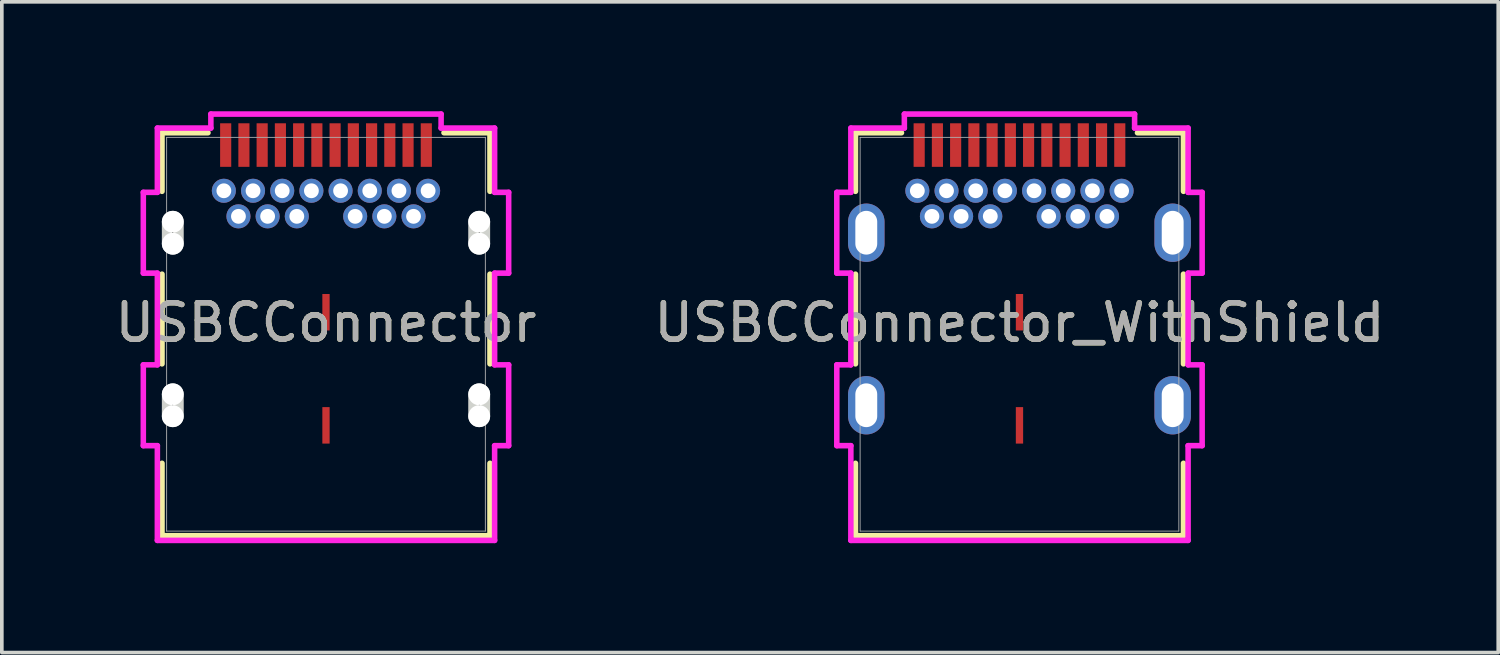
<source format=kicad_pcb>
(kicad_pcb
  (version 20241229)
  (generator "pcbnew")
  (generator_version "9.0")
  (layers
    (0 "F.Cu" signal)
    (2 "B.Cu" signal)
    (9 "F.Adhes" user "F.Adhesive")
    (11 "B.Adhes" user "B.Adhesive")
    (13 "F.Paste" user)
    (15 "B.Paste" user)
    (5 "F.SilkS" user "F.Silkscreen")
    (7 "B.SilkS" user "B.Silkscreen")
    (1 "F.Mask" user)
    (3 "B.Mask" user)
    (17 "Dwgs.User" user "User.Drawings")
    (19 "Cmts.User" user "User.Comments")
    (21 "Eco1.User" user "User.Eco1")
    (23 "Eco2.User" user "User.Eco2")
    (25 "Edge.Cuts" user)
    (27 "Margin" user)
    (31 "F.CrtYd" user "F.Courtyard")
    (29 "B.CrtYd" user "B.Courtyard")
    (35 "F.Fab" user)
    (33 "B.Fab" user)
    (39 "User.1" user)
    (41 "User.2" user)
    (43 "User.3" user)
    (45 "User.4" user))
  (footprint "USBCConnector_WithShield"
    (layer "F.Cu")
    (at 24.899 6.113)
    (property "Reference" "USBCConnector_WithShield" (at 0 -0.318 0) (unlocked yes) (layer "F.SilkS") (effects (font (size 1 1) (thickness 0.15))))
    (fp_line (start -4.496 -5.524) (end -4.496 -3.918) (stroke (width 0.152) (type solid)) (layer "F.SilkS"))
    (fp_line (start -4.496 -1.647) (end -4.496 0.812) (stroke (width 0.152) (type solid)) (layer "F.SilkS"))
    (fp_line (start -4.496 3.538) (end -4.496 5.524) (stroke (width 0.152) (type solid)) (layer "F.SilkS"))
    (fp_line (start -4.496 5.524) (end 4.496 5.524) (stroke (width 0.152) (type solid)) (layer "F.SilkS"))
    (fp_line (start -3.235 -5.524) (end -4.496 -5.524) (stroke (width 0.152) (type solid)) (layer "F.SilkS"))
    (fp_line (start 4.496 -5.524) (end 3.235 -5.524) (stroke (width 0.152) (type solid)) (layer "F.SilkS"))
    (fp_line (start 4.496 -3.918) (end 4.496 -5.524) (stroke (width 0.152) (type solid)) (layer "F.SilkS"))
    (fp_line (start 4.496 0.812) (end 4.496 -1.647) (stroke (width 0.152) (type solid)) (layer "F.SilkS"))
    (fp_line (start 4.496 5.524) (end 4.496 3.538) (stroke (width 0.152) (type solid)) (layer "F.SilkS"))
    (fp_line (start -5.008 -3.89) (end -5.008 -1.675) (stroke (width 0.152) (type solid)) (layer "F.CrtYd"))
    (fp_line (start -5.008 -1.675) (end -4.623 -1.675) (stroke (width 0.152) (type solid)) (layer "F.CrtYd"))
    (fp_line (start -5.008 0.839) (end -5.008 3.055) (stroke (width 0.152) (type solid)) (layer "F.CrtYd"))
    (fp_line (start -5.008 3.055) (end -4.623 3.055) (stroke (width 0.152) (type solid)) (layer "F.CrtYd"))
    (fp_line (start -4.623 -5.652) (end -4.623 -3.89) (stroke (width 0.152) (type solid)) (layer "F.CrtYd"))
    (fp_line (start -4.623 -3.89) (end -5.008 -3.89) (stroke (width 0.152) (type solid)) (layer "F.CrtYd"))
    (fp_line (start -4.623 -1.675) (end -4.623 0.839) (stroke (width 0.152) (type solid)) (layer "F.CrtYd"))
    (fp_line (start -4.623 0.839) (end -5.008 0.839) (stroke (width 0.152) (type solid)) (layer "F.CrtYd"))
    (fp_line (start -4.623 3.055) (end -4.623 5.652) (stroke (width 0.152) (type solid)) (layer "F.CrtYd"))
    (fp_line (start -4.623 5.652) (end 4.623 5.652) (stroke (width 0.152) (type solid)) (layer "F.CrtYd"))
    (fp_line (start -3.156 -6.036) (end -3.156 -5.652) (stroke (width 0.152) (type solid)) (layer "F.CrtYd"))
    (fp_line (start -3.156 -5.652) (end -4.623 -5.652) (stroke (width 0.152) (type solid)) (layer "F.CrtYd"))
    (fp_line (start 3.156 -6.036) (end -3.156 -6.036) (stroke (width 0.152) (type solid)) (layer "F.CrtYd"))
    (fp_line (start 3.156 -5.652) (end 3.156 -6.036) (stroke (width 0.152) (type solid)) (layer "F.CrtYd"))
    (fp_line (start 4.623 -5.652) (end 3.156 -5.652) (stroke (width 0.152) (type solid)) (layer "F.CrtYd"))
    (fp_line (start 4.623 -3.89) (end 4.623 -5.652) (stroke (width 0.152) (type solid)) (layer "F.CrtYd"))
    (fp_line (start 4.623 -1.675) (end 5.008 -1.675) (stroke (width 0.152) (type solid)) (layer "F.CrtYd"))
    (fp_line (start 4.623 0.839) (end 4.623 -1.675) (stroke (width 0.152) (type solid)) (layer "F.CrtYd"))
    (fp_line (start 4.623 3.055) (end 5.008 3.055) (stroke (width 0.152) (type solid)) (layer "F.CrtYd"))
    (fp_line (start 4.623 5.652) (end 4.623 3.055) (stroke (width 0.152) (type solid)) (layer "F.CrtYd"))
    (fp_line (start 5.008 -3.89) (end 4.623 -3.89) (stroke (width 0.152) (type solid)) (layer "F.CrtYd"))
    (fp_line (start 5.008 -1.675) (end 5.008 -3.89) (stroke (width 0.152) (type solid)) (layer "F.CrtYd"))
    (fp_line (start 5.008 0.839) (end 4.623 0.839) (stroke (width 0.152) (type solid)) (layer "F.CrtYd"))
    (fp_line (start 5.008 3.055) (end 5.008 0.839) (stroke (width 0.152) (type solid)) (layer "F.CrtYd"))
    (fp_line (start -4.369 -5.397) (end -4.369 5.397) (stroke (width 0.025) (type solid)) (layer "F.Fab"))
    (fp_line (start -4.369 5.397) (end 4.369 5.397) (stroke (width 0.025) (type solid)) (layer "F.Fab"))
    (fp_line (start 4.369 -5.397) (end -4.369 -5.397) (stroke (width 0.025) (type solid)) (layer "F.Fab"))
    (fp_line (start 4.369 5.397) (end 4.369 -5.397) (stroke (width 0.025) (type solid)) (layer "F.Fab"))
    (fp_text user "${REFERENCE}" (at 0 -0.318 0) (unlocked yes) (layer "F.Fab") (effects (font (size 1 1) (thickness 0.15))))
    (pad "25" thru_hole circle (at 2 -3.933) (size 0.66 0.66) (drill 0.406) (layers "*.Cu" "*.Mask"))
    (pad "26" thru_hole circle (at -2 -3.933) (size 0.66 0.66) (drill 0.406) (layers "*.Cu" "*.Mask"))
    (pad "27" thru_hole oval (at -4.2 -2.783) (size 1 1.6) (drill oval 0.6 1.2) (layers "*.Cu" "*.Mask"))
    (pad "28" thru_hole oval (at 4.2 -2.783) (size 1 1.6) (drill oval 0.6 1.2) (layers "*.Cu" "*.Mask"))
    (pad "29" thru_hole oval (at -4.2 1.947) (size 1 1.6) (drill oval 0.6 1.2) (layers "*.Cu" "*.Mask"))
    (pad "30" thru_hole oval (at 4.2 1.947) (size 1 1.6) (drill oval 0.6 1.2) (layers "*.Cu" "*.Mask"))
    (pad "31" smd rect (at 0 -0.603) (size 0.2 1) (layers "F.Cu" "F.Mask" "F.Paste"))
    (pad "32" smd rect (at 0 2.498) (size 0.2 1) (layers "F.Cu" "F.Mask" "F.Paste"))
    (pad "A1" smd rect (at -2.75 -5.186) (size 0.305 1.194) (layers "F.Cu" "F.Mask" "F.Paste"))
    (pad "A2" smd rect (at -2.25 -5.186) (size 0.305 1.194) (layers "F.Cu" "F.Mask" "F.Paste"))
    (pad "A3" smd rect (at -1.75 -5.186) (size 0.305 1.194) (layers "F.Cu" "F.Mask" "F.Paste"))
    (pad "A4" smd rect (at -1.25 -5.186) (size 0.305 1.194) (layers "F.Cu" "F.Mask" "F.Paste"))
    (pad "A5" smd rect (at -0.75 -5.186) (size 0.305 1.194) (layers "F.Cu" "F.Mask" "F.Paste"))
    (pad "A6" smd rect (at -0.25 -5.186) (size 0.305 1.194) (layers "F.Cu" "F.Mask" "F.Paste"))
    (pad "A7" smd rect (at 0.25 -5.186) (size 0.305 1.194) (layers "F.Cu" "F.Mask" "F.Paste"))
    (pad "A8" smd rect (at 0.75 -5.186) (size 0.305 1.194) (layers "F.Cu" "F.Mask" "F.Paste"))
    (pad "A9" smd rect (at 1.25 -5.186) (size 0.305 1.194) (layers "F.Cu" "F.Mask" "F.Paste"))
    (pad "A10" smd rect (at 1.75 -5.186) (size 0.305 1.194) (layers "F.Cu" "F.Mask" "F.Paste"))
    (pad "A11" smd rect (at 2.25 -5.186) (size 0.305 1.194) (layers "F.Cu" "F.Mask" "F.Paste"))
    (pad "A12" smd rect (at 2.75 -5.186) (size 0.305 1.194) (layers "F.Cu" "F.Mask" "F.Paste"))
    (pad "B1" thru_hole circle (at 2.8 -3.933) (size 0.66 0.66) (drill 0.406) (layers "*.Cu" "*.Mask"))
    (pad "B2" thru_hole circle (at 2.4 -3.232) (size 0.66 0.66) (drill 0.406) (layers "*.Cu" "*.Mask"))
    (pad "B3" thru_hole circle (at 1.6 -3.232) (size 0.66 0.66) (drill 0.406) (layers "*.Cu" "*.Mask"))
    (pad "B4" thru_hole circle (at 1.2 -3.933) (size 0.66 0.66) (drill 0.406) (layers "*.Cu" "*.Mask"))
    (pad "B5" thru_hole circle (at 0.8 -3.232) (size 0.66 0.66) (drill 0.406) (layers "*.Cu" "*.Mask"))
    (pad "B6" thru_hole circle (at 0.4 -3.933) (size 0.66 0.66) (drill 0.406) (layers "*.Cu" "*.Mask"))
    (pad "B7" thru_hole circle (at -0.4 -3.933) (size 0.66 0.66) (drill 0.406) (layers "*.Cu" "*.Mask"))
    (pad "B8" thru_hole circle (at -0.8 -3.232) (size 0.66 0.66) (drill 0.406) (layers "*.Cu" "*.Mask"))
    (pad "B9" thru_hole circle (at -1.2 -3.933) (size 0.66 0.66) (drill 0.406) (layers "*.Cu" "*.Mask"))
    (pad "B10" thru_hole circle (at -1.6 -3.232) (size 0.66 0.66) (drill 0.406) (layers "*.Cu" "*.Mask"))
    (pad "B11" thru_hole circle (at -2.4 -3.232) (size 0.66 0.66) (drill 0.406) (layers "*.Cu" "*.Mask"))
    (pad "B12" thru_hole circle (at -2.8 -3.933) (size 0.66 0.66) (drill 0.406) (layers "*.Cu" "*.Mask")))
  (footprint "USBCConnector"
    (layer "F.Cu")
    (at 5.887 6.113)
    (property "Reference" "USBCConnector" (at 0 -0.318 0) (unlocked yes) (layer "F.SilkS") (effects (font (size 1 1) (thickness 0.15))))
    (fp_line (start -4.496 -5.524) (end -4.496 -3.918) (stroke (width 0.152) (type solid)) (layer "F.SilkS"))
    (fp_line (start -4.496 -1.647) (end -4.496 0.812) (stroke (width 0.152) (type solid)) (layer "F.SilkS"))
    (fp_line (start -4.496 3.538) (end -4.496 5.524) (stroke (width 0.152) (type solid)) (layer "F.SilkS"))
    (fp_line (start -4.496 5.524) (end 4.496 5.524) (stroke (width 0.152) (type solid)) (layer "F.SilkS"))
    (fp_line (start -3.235 -5.524) (end -4.496 -5.524) (stroke (width 0.152) (type solid)) (layer "F.SilkS"))
    (fp_line (start 4.496 -5.524) (end 3.235 -5.524) (stroke (width 0.152) (type solid)) (layer "F.SilkS"))
    (fp_line (start 4.496 -3.918) (end 4.496 -5.524) (stroke (width 0.152) (type solid)) (layer "F.SilkS"))
    (fp_line (start 4.496 0.812) (end 4.496 -1.647) (stroke (width 0.152) (type solid)) (layer "F.SilkS"))
    (fp_line (start 4.496 5.524) (end 4.496 3.538) (stroke (width 0.152) (type solid)) (layer "F.SilkS"))
    (fp_line (start -4.2 -2.482) (end -4.2 -3.083) (stroke (width 0.6) (type solid)) (layer "Edge.Cuts"))
    (fp_line (start -4.2 2.247) (end -4.2 1.647) (stroke (width 0.6) (type solid)) (layer "Edge.Cuts"))
    (fp_line (start 4.2 -2.482) (end 4.2 -3.083) (stroke (width 0.6) (type solid)) (layer "Edge.Cuts"))
    (fp_line (start 4.2 2.247) (end 4.2 1.647) (stroke (width 0.6) (type solid)) (layer "Edge.Cuts"))
    (fp_line (start -5.008 -3.89) (end -5.008 -1.675) (stroke (width 0.152) (type solid)) (layer "F.CrtYd"))
    (fp_line (start -5.008 -1.675) (end -4.623 -1.675) (stroke (width 0.152) (type solid)) (layer "F.CrtYd"))
    (fp_line (start -5.008 0.839) (end -5.008 3.055) (stroke (width 0.152) (type solid)) (layer "F.CrtYd"))
    (fp_line (start -5.008 3.055) (end -4.623 3.055) (stroke (width 0.152) (type solid)) (layer "F.CrtYd"))
    (fp_line (start -4.623 -5.652) (end -4.623 -3.89) (stroke (width 0.152) (type solid)) (layer "F.CrtYd"))
    (fp_line (start -4.623 -3.89) (end -5.008 -3.89) (stroke (width 0.152) (type solid)) (layer "F.CrtYd"))
    (fp_line (start -4.623 -1.675) (end -4.623 0.839) (stroke (width 0.152) (type solid)) (layer "F.CrtYd"))
    (fp_line (start -4.623 0.839) (end -5.008 0.839) (stroke (width 0.152) (type solid)) (layer "F.CrtYd"))
    (fp_line (start -4.623 3.055) (end -4.623 5.652) (stroke (width 0.152) (type solid)) (layer "F.CrtYd"))
    (fp_line (start -4.623 5.652) (end 4.623 5.652) (stroke (width 0.152) (type solid)) (layer "F.CrtYd"))
    (fp_line (start -3.156 -6.036) (end -3.156 -5.652) (stroke (width 0.152) (type solid)) (layer "F.CrtYd"))
    (fp_line (start -3.156 -5.652) (end -4.623 -5.652) (stroke (width 0.152) (type solid)) (layer "F.CrtYd"))
    (fp_line (start 3.156 -6.036) (end -3.156 -6.036) (stroke (width 0.152) (type solid)) (layer "F.CrtYd"))
    (fp_line (start 3.156 -5.652) (end 3.156 -6.036) (stroke (width 0.152) (type solid)) (layer "F.CrtYd"))
    (fp_line (start 4.623 -5.652) (end 3.156 -5.652) (stroke (width 0.152) (type solid)) (layer "F.CrtYd"))
    (fp_line (start 4.623 -3.89) (end 4.623 -5.652) (stroke (width 0.152) (type solid)) (layer "F.CrtYd"))
    (fp_line (start 4.623 -1.675) (end 5.008 -1.675) (stroke (width 0.152) (type solid)) (layer "F.CrtYd"))
    (fp_line (start 4.623 0.839) (end 4.623 -1.675) (stroke (width 0.152) (type solid)) (layer "F.CrtYd"))
    (fp_line (start 4.623 3.055) (end 5.008 3.055) (stroke (width 0.152) (type solid)) (layer "F.CrtYd"))
    (fp_line (start 4.623 5.652) (end 4.623 3.055) (stroke (width 0.152) (type solid)) (layer "F.CrtYd"))
    (fp_line (start 5.008 -3.89) (end 4.623 -3.89) (stroke (width 0.152) (type solid)) (layer "F.CrtYd"))
    (fp_line (start 5.008 -1.675) (end 5.008 -3.89) (stroke (width 0.152) (type solid)) (layer "F.CrtYd"))
    (fp_line (start 5.008 0.839) (end 4.623 0.839) (stroke (width 0.152) (type solid)) (layer "F.CrtYd"))
    (fp_line (start 5.008 3.055) (end 5.008 0.839) (stroke (width 0.152) (type solid)) (layer "F.CrtYd"))
    (fp_line (start -4.369 -5.397) (end -4.369 5.397) (stroke (width 0.025) (type solid)) (layer "F.Fab"))
    (fp_line (start -4.369 5.397) (end 4.369 5.397) (stroke (width 0.025) (type solid)) (layer "F.Fab"))
    (fp_line (start 4.369 -5.397) (end -4.369 -5.397) (stroke (width 0.025) (type solid)) (layer "F.Fab"))
    (fp_line (start 4.369 5.397) (end 4.369 -5.397) (stroke (width 0.025) (type solid)) (layer "F.Fab"))
    (fp_text user "${REFERENCE}" (at 0 -0.318 0) (unlocked yes) (layer "F.Fab") (effects (font (size 1 1) (thickness 0.15))))
    (pad "" np_thru_hole circle (at -4.2 -3.083) (size 0.6 0.6) (drill 0.6) (layers "*.Cu" "*.Mask"))
    (pad "" np_thru_hole oval (at -4.2 -2.783 90) (size 1.708 1.108) (drill 0.025) (layers))
    (pad "" np_thru_hole circle (at -4.2 -2.482) (size 0.6 0.6) (drill 0.6) (layers "*.Cu" "*.Mask"))
    (pad "" np_thru_hole circle (at -4.2 1.647) (size 0.6 0.6) (drill 0.6) (layers "*.Cu" "*.Mask"))
    (pad "" np_thru_hole oval (at -4.2 1.947 90) (size 1.708 1.108) (drill 0.025) (layers))
    (pad "" np_thru_hole circle (at -4.2 2.247) (size 0.6 0.6) (drill 0.6) (layers "*.Cu" "*.Mask"))
    (pad "" np_thru_hole circle (at 4.2 -3.083) (size 0.6 0.6) (drill 0.6) (layers "*.Cu" "*.Mask"))
    (pad "" np_thru_hole oval (at 4.2 -2.783 90) (size 1.708 1.108) (drill 0.025) (layers))
    (pad "" np_thru_hole circle (at 4.2 -2.482) (size 0.6 0.6) (drill 0.6) (layers "*.Cu" "*.Mask"))
    (pad "" np_thru_hole circle (at 4.2 1.647) (size 0.6 0.6) (drill 0.6) (layers "*.Cu" "*.Mask"))
    (pad "" np_thru_hole oval (at 4.2 1.947 90) (size 1.708 1.108) (drill 0.025) (layers))
    (pad "" np_thru_hole circle (at 4.2 2.247) (size 0.6 0.6) (drill 0.6) (layers "*.Cu" "*.Mask"))
    (pad "25" thru_hole circle (at 2 -3.933) (size 0.66 0.66) (drill 0.406) (layers "*.Cu" "*.Mask"))
    (pad "26" thru_hole circle (at -2 -3.933) (size 0.66 0.66) (drill 0.406) (layers "*.Cu" "*.Mask"))
    (pad "31" smd rect (at 0 -0.603) (size 0.2 1) (layers "F.Cu" "F.Mask" "F.Paste"))
    (pad "32" smd rect (at 0 2.498) (size 0.2 1) (layers "F.Cu" "F.Mask" "F.Paste"))
    (pad "A1" smd rect (at -2.75 -5.186) (size 0.305 1.194) (layers "F.Cu" "F.Mask" "F.Paste"))
    (pad "A2" smd rect (at -2.25 -5.186) (size 0.305 1.194) (layers "F.Cu" "F.Mask" "F.Paste"))
    (pad "A3" smd rect (at -1.75 -5.186) (size 0.305 1.194) (layers "F.Cu" "F.Mask" "F.Paste"))
    (pad "A4" smd rect (at -1.25 -5.186) (size 0.305 1.194) (layers "F.Cu" "F.Mask" "F.Paste"))
    (pad "A5" smd rect (at -0.75 -5.186) (size 0.305 1.194) (layers "F.Cu" "F.Mask" "F.Paste"))
    (pad "A6" smd rect (at -0.25 -5.186) (size 0.305 1.194) (layers "F.Cu" "F.Mask" "F.Paste"))
    (pad "A7" smd rect (at 0.25 -5.186) (size 0.305 1.194) (layers "F.Cu" "F.Mask" "F.Paste"))
    (pad "A8" smd rect (at 0.75 -5.186) (size 0.305 1.194) (layers "F.Cu" "F.Mask" "F.Paste"))
    (pad "A9" smd rect (at 1.25 -5.186) (size 0.305 1.194) (layers "F.Cu" "F.Mask" "F.Paste"))
    (pad "A10" smd rect (at 1.75 -5.186) (size 0.305 1.194) (layers "F.Cu" "F.Mask" "F.Paste"))
    (pad "A11" smd rect (at 2.25 -5.186) (size 0.305 1.194) (layers "F.Cu" "F.Mask" "F.Paste"))
    (pad "A12" smd rect (at 2.75 -5.186) (size 0.305 1.194) (layers "F.Cu" "F.Mask" "F.Paste"))
    (pad "B1" thru_hole circle (at 2.8 -3.933) (size 0.66 0.66) (drill 0.406) (layers "*.Cu" "*.Mask"))
    (pad "B2" thru_hole circle (at 2.4 -3.232) (size 0.66 0.66) (drill 0.406) (layers "*.Cu" "*.Mask"))
    (pad "B3" thru_hole circle (at 1.6 -3.232) (size 0.66 0.66) (drill 0.406) (layers "*.Cu" "*.Mask"))
    (pad "B4" thru_hole circle (at 1.2 -3.933) (size 0.66 0.66) (drill 0.406) (layers "*.Cu" "*.Mask"))
    (pad "B5" thru_hole circle (at 0.8 -3.232) (size 0.66 0.66) (drill 0.406) (layers "*.Cu" "*.Mask"))
    (pad "B6" thru_hole circle (at 0.4 -3.933) (size 0.66 0.66) (drill 0.406) (layers "*.Cu" "*.Mask"))
    (pad "B7" thru_hole circle (at -0.4 -3.933) (size 0.66 0.66) (drill 0.406) (layers "*.Cu" "*.Mask"))
    (pad "B8" thru_hole circle (at -0.8 -3.232) (size 0.66 0.66) (drill 0.406) (layers "*.Cu" "*.Mask"))
    (pad "B9" thru_hole circle (at -1.2 -3.933) (size 0.66 0.66) (drill 0.406) (layers "*.Cu" "*.Mask"))
    (pad "B10" thru_hole circle (at -1.6 -3.232) (size 0.66 0.66) (drill 0.406) (layers "*.Cu" "*.Mask"))
    (pad "B11" thru_hole circle (at -2.4 -3.232) (size 0.66 0.66) (drill 0.406) (layers "*.Cu" "*.Mask"))
    (pad "B12" thru_hole circle (at -2.8 -3.933) (size 0.66 0.66) (drill 0.406) (layers "*.Cu" "*.Mask")))
  (gr_rect
    (start -3 -3)
    (end 38.024 14.84)
    (stroke (width 0.1) (type default))
    (fill no)
    (layer "Edge.Cuts")))
</source>
